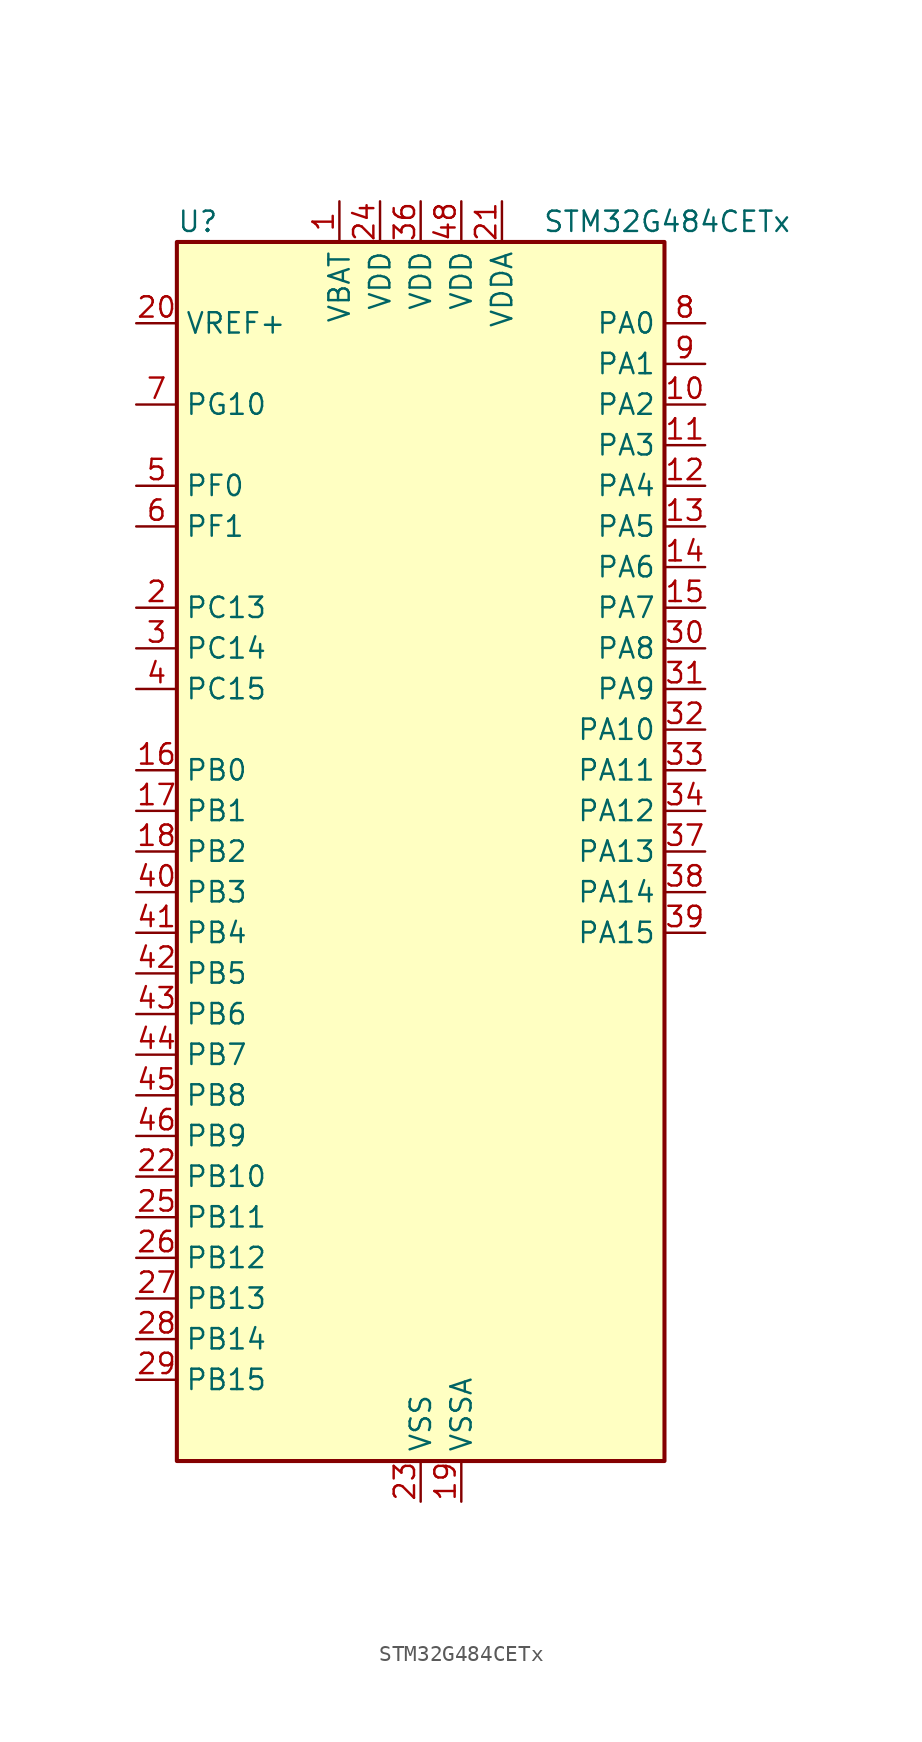
<source format=kicad_sym>
(kicad_symbol_lib
  (version 20241209)
  (generator "kicad_symbol_editor")
  (generator_version "9.0")
  (symbol "STM32G484CETx"
    (property "Reference" "U"
      (at -15.24 39.37 0)
      (effects (font (size 1.27 1.27)) (justify left)))
    (property "Value" "STM32G484CETx"
      (at 7.62 39.37 0)
      (effects (font (size 1.27 1.27)) (justify left)))
    (symbol "STM32G484CETx_0_1"
      (rectangle (start -15.24 -38.1) (end 15.24 38.1) (stroke (width 0.254) (type default)) (fill (type background))))
    (symbol "STM32G484CETx_1_1"
      (pin input line (at -17.78 33.02 0) (length 2.54) (name "VREF+" (effects (font (size 1.27 1.27)))) (number "20" (effects (font (size 1.27 1.27)))) (alternate "VREFBUF_OUT" bidirectional line))
      (pin bidirectional line (at -17.78 27.94 0) (length 2.54) (name "PG10" (effects (font (size 1.27 1.27)))) (number "7" (effects (font (size 1.27 1.27)))) (alternate "DAC1_EXTI10" bidirectional line) (alternate "DAC2_EXTI10" bidirectional line) (alternate "DAC3_EXTI10" bidirectional line) (alternate "DAC4_EXTI10" bidirectional line) (alternate "RCC_MCO" bidirectional line))
      (pin bidirectional line (at -17.78 22.86 0) (length 2.54) (name "PF0" (effects (font (size 1.27 1.27)))) (number "5" (effects (font (size 1.27 1.27)))) (alternate "ADC1_IN10" bidirectional line) (alternate "I2C2_SDA" bidirectional line) (alternate "I2S2_WS" bidirectional line) (alternate "RCC_OSC_IN" bidirectional line) (alternate "SPI2_NSS" bidirectional line) (alternate "TIM1_CH3N" bidirectional line))
      (pin bidirectional line (at -17.78 20.32 0) (length 2.54) (name "PF1" (effects (font (size 1.27 1.27)))) (number "6" (effects (font (size 1.27 1.27)))) (alternate "ADC2_IN10" bidirectional line) (alternate "COMP3_INM" bidirectional line) (alternate "I2S2_CK" bidirectional line) (alternate "RCC_OSC_OUT" bidirectional line) (alternate "SPI2_SCK" bidirectional line))
      (pin bidirectional line (at -17.78 15.24 0) (length 2.54) (name "PC13" (effects (font (size 1.27 1.27)))) (number "2" (effects (font (size 1.27 1.27)))) (alternate "RTC_OUT1" bidirectional line) (alternate "RTC_TAMP1" bidirectional line) (alternate "RTC_TS" bidirectional line) (alternate "SYS_WKUP2" bidirectional line) (alternate "TIM1_BKIN" bidirectional line) (alternate "TIM1_CH1N" bidirectional line) (alternate "TIM8_CH4N" bidirectional line))
      (pin bidirectional line (at -17.78 12.7 0) (length 2.54) (name "PC14" (effects (font (size 1.27 1.27)))) (number "3" (effects (font (size 1.27 1.27)))) (alternate "RCC_OSC32_IN" bidirectional line))
      (pin bidirectional line (at -17.78 10.16 0) (length 2.54) (name "PC15" (effects (font (size 1.27 1.27)))) (number "4" (effects (font (size 1.27 1.27)))) (alternate "ADC1_EXTI15" bidirectional line) (alternate "ADC2_EXTI15" bidirectional line) (alternate "RCC_OSC32_OUT" bidirectional line))
      (pin bidirectional line (at -17.78 5.08 0) (length 2.54) (name "PB0" (effects (font (size 1.27 1.27)))) (number "16" (effects (font (size 1.27 1.27)))) (alternate "ADC1_IN15" bidirectional line) (alternate "ADC3_IN12" bidirectional line) (alternate "COMP4_INP" bidirectional line) (alternate "HRTIM1_FLT5" bidirectional line) (alternate "OPAMP2_VINP" bidirectional line) (alternate "OPAMP2_VINP_SEC" bidirectional line) (alternate "OPAMP3_VINP" bidirectional line) (alternate "OPAMP3_VINP_SEC" bidirectional line) (alternate "QUADSPI1_BK1_IO1" bidirectional line) (alternate "TIM1_CH2N" bidirectional line) (alternate "TIM3_CH3" bidirectional line) (alternate "TIM8_CH2N" bidirectional line) (alternate "UCPD1_FRSTX1" bidirectional line) (alternate "UCPD1_FRSTX2" bidirectional line))
      (pin bidirectional line (at -17.78 2.54 0) (length 2.54) (name "PB1" (effects (font (size 1.27 1.27)))) (number "17" (effects (font (size 1.27 1.27)))) (alternate "ADC1_IN12" bidirectional line) (alternate "ADC3_IN1" bidirectional line) (alternate "COMP1_INP" bidirectional line) (alternate "COMP4_OUT" bidirectional line) (alternate "HRTIM1_SCOUT" bidirectional line) (alternate "LPUART1_DE" bidirectional line) (alternate "LPUART1_RTS" bidirectional line) (alternate "OPAMP3_VOUT" bidirectional line) (alternate "OPAMP6_VINM" bidirectional line) (alternate "OPAMP6_VINM1" bidirectional line) (alternate "OPAMP6_VINM_SEC" bidirectional line) (alternate "QUADSPI1_BK1_IO0" bidirectional line) (alternate "TIM1_CH3N" bidirectional line) (alternate "TIM3_CH4" bidirectional line) (alternate "TIM8_CH3N" bidirectional line))
      (pin bidirectional line (at -17.78 0 0) (length 2.54) (name "PB2" (effects (font (size 1.27 1.27)))) (number "18" (effects (font (size 1.27 1.27)))) (alternate "ADC2_IN12" bidirectional line) (alternate "ADC3_EXTI2" bidirectional line) (alternate "ADC4_EXTI2" bidirectional line) (alternate "ADC5_EXTI2" bidirectional line) (alternate "COMP4_INM" bidirectional line) (alternate "HRTIM1_SCIN" bidirectional line) (alternate "I2C3_SMBA" bidirectional line) (alternate "LPTIM1_OUT" bidirectional line) (alternate "OPAMP3_VINM" bidirectional line) (alternate "OPAMP3_VINM0" bidirectional line) (alternate "OPAMP3_VINM_SEC" bidirectional line) (alternate "QUADSPI1_BK2_IO1" bidirectional line) (alternate "RTC_OUT2" bidirectional line) (alternate "TIM20_CH1" bidirectional line) (alternate "TIM5_CH1" bidirectional line))
      (pin bidirectional line (at -17.78 -2.54 0) (length 2.54) (name "PB3" (effects (font (size 1.27 1.27)))) (number "40" (effects (font (size 1.27 1.27)))) (alternate "ADC3_EXTI3" bidirectional line) (alternate "ADC4_EXTI3" bidirectional line) (alternate "ADC5_EXTI3" bidirectional line) (alternate "CRS_SYNC" bidirectional line) (alternate "FDCAN3_RX" bidirectional line) (alternate "HRTIM1_EEV9" bidirectional line) (alternate "HRTIM1_SCOUT" bidirectional line) (alternate "I2S3_CK" bidirectional line) (alternate "SAI1_SCK_B" bidirectional line) (alternate "SPI1_SCK" bidirectional line) (alternate "SPI3_SCK" bidirectional line) (alternate "SYS_JTDO-SWO" bidirectional line) (alternate "TIM2_CH2" bidirectional line) (alternate "TIM3_ETR" bidirectional line) (alternate "TIM4_ETR" bidirectional line) (alternate "TIM8_CH1N" bidirectional line) (alternate "USART2_TX" bidirectional line))
      (pin bidirectional line (at -17.78 -5.08 0) (length 2.54) (name "PB4" (effects (font (size 1.27 1.27)))) (number "41" (effects (font (size 1.27 1.27)))) (alternate "FDCAN3_TX" bidirectional line) (alternate "HRTIM1_EEV7" bidirectional line) (alternate "SAI1_MCLK_B" bidirectional line) (alternate "SPI1_MISO" bidirectional line) (alternate "SPI3_MISO" bidirectional line) (alternate "SYS_JTRST" bidirectional line) (alternate "TIM16_CH1" bidirectional line) (alternate "TIM17_BKIN" bidirectional line) (alternate "TIM3_CH1" bidirectional line) (alternate "TIM8_CH2N" bidirectional line) (alternate "UCPD1_CC2" bidirectional line) (alternate "USART2_RX" bidirectional line))
      (pin bidirectional line (at -17.78 -7.62 0) (length 2.54) (name "PB5" (effects (font (size 1.27 1.27)))) (number "42" (effects (font (size 1.27 1.27)))) (alternate "FDCAN2_RX" bidirectional line) (alternate "HRTIM1_EEV6" bidirectional line) (alternate "I2C1_SMBA" bidirectional line) (alternate "I2C3_SDA" bidirectional line) (alternate "I2S3_SD" bidirectional line) (alternate "LPTIM1_IN1" bidirectional line) (alternate "SAI1_SD_B" bidirectional line) (alternate "SPI1_MOSI" bidirectional line) (alternate "SPI3_MOSI" bidirectional line) (alternate "TIM16_BKIN" bidirectional line) (alternate "TIM17_CH1" bidirectional line) (alternate "TIM3_CH2" bidirectional line) (alternate "TIM8_CH3N" bidirectional line) (alternate "USART2_CK" bidirectional line))
      (pin bidirectional line (at -17.78 -10.16 0) (length 2.54) (name "PB6" (effects (font (size 1.27 1.27)))) (number "43" (effects (font (size 1.27 1.27)))) (alternate "COMP4_OUT" bidirectional line) (alternate "FDCAN2_TX" bidirectional line) (alternate "HRTIM1_EEV4" bidirectional line) (alternate "HRTIM1_SCIN" bidirectional line) (alternate "LPTIM1_ETR" bidirectional line) (alternate "SAI1_FS_B" bidirectional line) (alternate "TIM16_CH1N" bidirectional line) (alternate "TIM4_CH1" bidirectional line) (alternate "TIM8_BKIN2" bidirectional line) (alternate "TIM8_CH1" bidirectional line) (alternate "TIM8_ETR" bidirectional line) (alternate "UCPD1_CC1" bidirectional line) (alternate "USART1_TX" bidirectional line))
      (pin bidirectional line (at -17.78 -12.7 0) (length 2.54) (name "PB7" (effects (font (size 1.27 1.27)))) (number "44" (effects (font (size 1.27 1.27)))) (alternate "COMP3_OUT" bidirectional line) (alternate "HRTIM1_EEV3" bidirectional line) (alternate "I2C1_SDA" bidirectional line) (alternate "I2C4_SDA" bidirectional line) (alternate "LPTIM1_IN2" bidirectional line) (alternate "SYS_PVD_IN" bidirectional line) (alternate "TIM17_CH1N" bidirectional line) (alternate "TIM3_CH4" bidirectional line) (alternate "TIM4_CH2" bidirectional line) (alternate "TIM8_BKIN" bidirectional line) (alternate "USART1_RX" bidirectional line))
      (pin bidirectional line (at -17.78 -15.24 0) (length 2.54) (name "PB8" (effects (font (size 1.27 1.27)))) (number "45" (effects (font (size 1.27 1.27)))) (alternate "COMP1_OUT" bidirectional line) (alternate "FDCAN1_RX" bidirectional line) (alternate "HRTIM1_EEV8" bidirectional line) (alternate "I2C1_SCL" bidirectional line) (alternate "SAI1_CK1" bidirectional line) (alternate "SAI1_MCLK_A" bidirectional line) (alternate "TIM16_CH1" bidirectional line) (alternate "TIM1_BKIN" bidirectional line) (alternate "TIM4_CH3" bidirectional line) (alternate "TIM8_CH2" bidirectional line) (alternate "USART3_RX" bidirectional line))
      (pin bidirectional line (at -17.78 -17.78 0) (length 2.54) (name "PB9" (effects (font (size 1.27 1.27)))) (number "46" (effects (font (size 1.27 1.27)))) (alternate "COMP2_OUT" bidirectional line) (alternate "DAC1_EXTI9" bidirectional line) (alternate "DAC2_EXTI9" bidirectional line) (alternate "DAC3_EXTI9" bidirectional line) (alternate "DAC4_EXTI9" bidirectional line) (alternate "FDCAN1_TX" bidirectional line) (alternate "HRTIM1_EEV5" bidirectional line) (alternate "I2C1_SDA" bidirectional line) (alternate "IR_OUT" bidirectional line) (alternate "SAI1_D2" bidirectional line) (alternate "SAI1_FS_A" bidirectional line) (alternate "TIM17_CH1" bidirectional line) (alternate "TIM1_CH3N" bidirectional line) (alternate "TIM4_CH4" bidirectional line) (alternate "TIM8_CH3" bidirectional line) (alternate "USART3_TX" bidirectional line))
      (pin bidirectional line (at -17.78 -20.32 0) (length 2.54) (name "PB10" (effects (font (size 1.27 1.27)))) (number "22" (effects (font (size 1.27 1.27)))) (alternate "COMP5_INM" bidirectional line) (alternate "DAC1_EXTI10" bidirectional line) (alternate "DAC2_EXTI10" bidirectional line) (alternate "DAC3_EXTI10" bidirectional line) (alternate "DAC4_EXTI10" bidirectional line) (alternate "HRTIM1_FLT3" bidirectional line) (alternate "LPUART1_RX" bidirectional line) (alternate "OPAMP3_VINM" bidirectional line) (alternate "OPAMP3_VINM1" bidirectional line) (alternate "OPAMP3_VINM_SEC" bidirectional line) (alternate "OPAMP4_VINM" bidirectional line) (alternate "OPAMP4_VINM0" bidirectional line) (alternate "OPAMP4_VINM_SEC" bidirectional line) (alternate "QUADSPI1_CLK" bidirectional line) (alternate "SAI1_SCK_A" bidirectional line) (alternate "TIM1_BKIN" bidirectional line) (alternate "TIM2_CH3" bidirectional line) (alternate "USART3_TX" bidirectional line))
      (pin bidirectional line (at -17.78 -22.86 0) (length 2.54) (name "PB11" (effects (font (size 1.27 1.27)))) (number "25" (effects (font (size 1.27 1.27)))) (alternate "ADC1_EXTI11" bidirectional line) (alternate "ADC1_IN14" bidirectional line) (alternate "ADC2_EXTI11" bidirectional line) (alternate "ADC2_IN14" bidirectional line) (alternate "COMP6_INP" bidirectional line) (alternate "HRTIM1_FLT4" bidirectional line) (alternate "LPUART1_TX" bidirectional line) (alternate "OPAMP4_VINP" bidirectional line) (alternate "OPAMP4_VINP_SEC" bidirectional line) (alternate "OPAMP6_VOUT" bidirectional line) (alternate "QUADSPI1_BK1_NCS" bidirectional line) (alternate "TIM2_CH4" bidirectional line) (alternate "USART3_RX" bidirectional line))
      (pin bidirectional line (at -17.78 -25.4 0) (length 2.54) (name "PB12" (effects (font (size 1.27 1.27)))) (number "26" (effects (font (size 1.27 1.27)))) (alternate "ADC1_IN11" bidirectional line) (alternate "ADC4_IN3" bidirectional line) (alternate "COMP7_INM" bidirectional line) (alternate "FDCAN2_RX" bidirectional line) (alternate "HRTIM1_CHC1" bidirectional line) (alternate "I2C2_SMBA" bidirectional line) (alternate "I2S2_WS" bidirectional line) (alternate "LPUART1_DE" bidirectional line) (alternate "LPUART1_RTS" bidirectional line) (alternate "OPAMP4_VOUT" bidirectional line) (alternate "OPAMP6_VINP" bidirectional line) (alternate "OPAMP6_VINP_SEC" bidirectional line) (alternate "SPI2_NSS" bidirectional line) (alternate "TIM1_BKIN" bidirectional line) (alternate "TIM5_ETR" bidirectional line) (alternate "USART3_CK" bidirectional line))
      (pin bidirectional line (at -17.78 -27.94 0) (length 2.54) (name "PB13" (effects (font (size 1.27 1.27)))) (number "27" (effects (font (size 1.27 1.27)))) (alternate "ADC3_IN5" bidirectional line) (alternate "COMP5_INP" bidirectional line) (alternate "FDCAN2_TX" bidirectional line) (alternate "HRTIM1_CHC2" bidirectional line) (alternate "I2S2_CK" bidirectional line) (alternate "LPUART1_CTS" bidirectional line) (alternate "OPAMP3_VINP" bidirectional line) (alternate "OPAMP3_VINP_SEC" bidirectional line) (alternate "OPAMP4_VINP" bidirectional line) (alternate "OPAMP4_VINP_SEC" bidirectional line) (alternate "OPAMP6_VINP" bidirectional line) (alternate "OPAMP6_VINP_SEC" bidirectional line) (alternate "SPI2_SCK" bidirectional line) (alternate "TIM1_CH1N" bidirectional line) (alternate "USART3_CTS" bidirectional line) (alternate "USART3_NSS" bidirectional line))
      (pin bidirectional line (at -17.78 -30.48 0) (length 2.54) (name "PB14" (effects (font (size 1.27 1.27)))) (number "28" (effects (font (size 1.27 1.27)))) (alternate "ADC1_IN5" bidirectional line) (alternate "ADC4_IN4" bidirectional line) (alternate "COMP4_OUT" bidirectional line) (alternate "COMP7_INP" bidirectional line) (alternate "HRTIM1_CHD1" bidirectional line) (alternate "OPAMP2_VINP" bidirectional line) (alternate "OPAMP2_VINP_SEC" bidirectional line) (alternate "OPAMP5_VINP" bidirectional line) (alternate "OPAMP5_VINP_SEC" bidirectional line) (alternate "SPI2_MISO" bidirectional line) (alternate "TIM15_CH1" bidirectional line) (alternate "TIM1_CH2N" bidirectional line) (alternate "USART3_DE" bidirectional line) (alternate "USART3_RTS" bidirectional line))
      (pin bidirectional line (at -17.78 -33.02 0) (length 2.54) (name "PB15" (effects (font (size 1.27 1.27)))) (number "29" (effects (font (size 1.27 1.27)))) (alternate "ADC1_EXTI15" bidirectional line) (alternate "ADC2_EXTI15" bidirectional line) (alternate "ADC2_IN15" bidirectional line) (alternate "ADC4_IN5" bidirectional line) (alternate "COMP3_OUT" bidirectional line) (alternate "COMP6_INM" bidirectional line) (alternate "HRTIM1_CHD2" bidirectional line) (alternate "I2S2_SD" bidirectional line) (alternate "OPAMP5_VINM" bidirectional line) (alternate "OPAMP5_VINM0" bidirectional line) (alternate "OPAMP5_VINM_SEC" bidirectional line) (alternate "RTC_REFIN" bidirectional line) (alternate "SPI2_MOSI" bidirectional line) (alternate "TIM15_CH1N" bidirectional line) (alternate "TIM15_CH2" bidirectional line) (alternate "TIM1_CH3N" bidirectional line))
      (pin power_in line (at -5.08 40.64 270) (length 2.54) (name "VBAT" (effects (font (size 1.27 1.27)))) (number "1" (effects (font (size 1.27 1.27)))))
      (pin power_in line (at -2.54 40.64 270) (length 2.54) (name "VDD" (effects (font (size 1.27 1.27)))) (number "24" (effects (font (size 1.27 1.27)))))
      (pin power_in line (at 0 40.64 270) (length 2.54) (name "VDD" (effects (font (size 1.27 1.27)))) (number "36" (effects (font (size 1.27 1.27)))))
      (pin power_in line (at 0 -40.64 90) (length 2.54) (name "VSS" (effects (font (size 1.27 1.27)))) (number "23" (effects (font (size 1.27 1.27)))))
      (pin passive line (at 0 -40.64 90) (length 2.54) (hide yes) (name "VSS" (effects (font (size 1.27 1.27)))) (number "35" (effects (font (size 1.27 1.27)))))
      (pin passive line (at 0 -40.64 90) (length 2.54) (hide yes) (name "VSS" (effects (font (size 1.27 1.27)))) (number "47" (effects (font (size 1.27 1.27)))))
      (pin power_in line (at 2.54 40.64 270) (length 2.54) (name "VDD" (effects (font (size 1.27 1.27)))) (number "48" (effects (font (size 1.27 1.27)))))
      (pin power_in line (at 2.54 -40.64 90) (length 2.54) (name "VSSA" (effects (font (size 1.27 1.27)))) (number "19" (effects (font (size 1.27 1.27)))))
      (pin power_in line (at 5.08 40.64 270) (length 2.54) (name "VDDA" (effects (font (size 1.27 1.27)))) (number "21" (effects (font (size 1.27 1.27)))))
      (pin bidirectional line (at 17.78 33.02 180) (length 2.54) (name "PA0" (effects (font (size 1.27 1.27)))) (number "8" (effects (font (size 1.27 1.27)))) (alternate "ADC1_IN1" bidirectional line) (alternate "ADC2_IN1" bidirectional line) (alternate "COMP1_INM" bidirectional line) (alternate "COMP1_OUT" bidirectional line) (alternate "COMP3_INP" bidirectional line) (alternate "RTC_TAMP2" bidirectional line) (alternate "SYS_WKUP1" bidirectional line) (alternate "TIM2_CH1" bidirectional line) (alternate "TIM2_ETR" bidirectional line) (alternate "TIM5_CH1" bidirectional line) (alternate "TIM8_BKIN" bidirectional line) (alternate "TIM8_ETR" bidirectional line) (alternate "USART2_CTS" bidirectional line) (alternate "USART2_NSS" bidirectional line))
      (pin bidirectional line (at 17.78 30.48 180) (length 2.54) (name "PA1" (effects (font (size 1.27 1.27)))) (number "9" (effects (font (size 1.27 1.27)))) (alternate "ADC1_IN2" bidirectional line) (alternate "ADC2_IN2" bidirectional line) (alternate "COMP1_INP" bidirectional line) (alternate "OPAMP1_VINP" bidirectional line) (alternate "OPAMP1_VINP_SEC" bidirectional line) (alternate "OPAMP3_VINP" bidirectional line) (alternate "OPAMP3_VINP_SEC" bidirectional line) (alternate "OPAMP6_VINM" bidirectional line) (alternate "OPAMP6_VINM0" bidirectional line) (alternate "OPAMP6_VINM_SEC" bidirectional line) (alternate "RTC_REFIN" bidirectional line) (alternate "TIM15_CH1N" bidirectional line) (alternate "TIM2_CH2" bidirectional line) (alternate "TIM5_CH2" bidirectional line) (alternate "USART2_DE" bidirectional line) (alternate "USART2_RTS" bidirectional line))
      (pin bidirectional line (at 17.78 27.94 180) (length 2.54) (name "PA2" (effects (font (size 1.27 1.27)))) (number "10" (effects (font (size 1.27 1.27)))) (alternate "ADC1_IN3" bidirectional line) (alternate "ADC3_EXTI2" bidirectional line) (alternate "ADC4_EXTI2" bidirectional line) (alternate "ADC5_EXTI2" bidirectional line) (alternate "COMP2_INM" bidirectional line) (alternate "COMP2_OUT" bidirectional line) (alternate "LPUART1_TX" bidirectional line) (alternate "OPAMP1_VOUT" bidirectional line) (alternate "QUADSPI1_BK1_NCS" bidirectional line) (alternate "RCC_LSCO" bidirectional line) (alternate "SYS_WKUP4" bidirectional line) (alternate "TIM15_CH1" bidirectional line) (alternate "TIM2_CH3" bidirectional line) (alternate "TIM5_CH3" bidirectional line) (alternate "UCPD1_FRSTX1" bidirectional line) (alternate "UCPD1_FRSTX2" bidirectional line) (alternate "USART2_TX" bidirectional line))
      (pin bidirectional line (at 17.78 25.4 180) (length 2.54) (name "PA3" (effects (font (size 1.27 1.27)))) (number "11" (effects (font (size 1.27 1.27)))) (alternate "ADC1_IN4" bidirectional line) (alternate "ADC3_EXTI3" bidirectional line) (alternate "ADC4_EXTI3" bidirectional line) (alternate "ADC5_EXTI3" bidirectional line) (alternate "COMP2_INP" bidirectional line) (alternate "LPUART1_RX" bidirectional line) (alternate "OPAMP1_VINM" bidirectional line) (alternate "OPAMP1_VINM0" bidirectional line) (alternate "OPAMP1_VINM_SEC" bidirectional line) (alternate "OPAMP1_VINP" bidirectional line) (alternate "OPAMP1_VINP_SEC" bidirectional line) (alternate "OPAMP5_VINM" bidirectional line) (alternate "OPAMP5_VINM1" bidirectional line) (alternate "OPAMP5_VINM_SEC" bidirectional line) (alternate "QUADSPI1_CLK" bidirectional line) (alternate "SAI1_CK1" bidirectional line) (alternate "SAI1_MCLK_A" bidirectional line) (alternate "TIM15_CH2" bidirectional line) (alternate "TIM2_CH4" bidirectional line) (alternate "TIM5_CH4" bidirectional line) (alternate "USART2_RX" bidirectional line))
      (pin bidirectional line (at 17.78 22.86 180) (length 2.54) (name "PA4" (effects (font (size 1.27 1.27)))) (number "12" (effects (font (size 1.27 1.27)))) (alternate "ADC2_IN17" bidirectional line) (alternate "COMP1_INM" bidirectional line) (alternate "DAC1_OUT1" bidirectional line) (alternate "I2S3_WS" bidirectional line) (alternate "SAI1_FS_B" bidirectional line) (alternate "SPI1_NSS" bidirectional line) (alternate "SPI3_NSS" bidirectional line) (alternate "TIM3_CH2" bidirectional line) (alternate "USART2_CK" bidirectional line))
      (pin bidirectional line (at 17.78 20.32 180) (length 2.54) (name "PA5" (effects (font (size 1.27 1.27)))) (number "13" (effects (font (size 1.27 1.27)))) (alternate "ADC2_IN13" bidirectional line) (alternate "COMP2_INM" bidirectional line) (alternate "DAC1_OUT2" bidirectional line) (alternate "OPAMP2_VINM" bidirectional line) (alternate "OPAMP2_VINM0" bidirectional line) (alternate "OPAMP2_VINM_SEC" bidirectional line) (alternate "SPI1_SCK" bidirectional line) (alternate "TIM2_CH1" bidirectional line) (alternate "TIM2_ETR" bidirectional line) (alternate "UCPD1_FRSTX1" bidirectional line) (alternate "UCPD1_FRSTX2" bidirectional line))
      (pin bidirectional line (at 17.78 17.78 180) (length 2.54) (name "PA6" (effects (font (size 1.27 1.27)))) (number "14" (effects (font (size 1.27 1.27)))) (alternate "ADC2_IN3" bidirectional line) (alternate "COMP1_OUT" bidirectional line) (alternate "DAC2_OUT1" bidirectional line) (alternate "LPUART1_CTS" bidirectional line) (alternate "OPAMP2_VOUT" bidirectional line) (alternate "QUADSPI1_BK1_IO3" bidirectional line) (alternate "SPI1_MISO" bidirectional line) (alternate "TIM16_CH1" bidirectional line) (alternate "TIM1_BKIN" bidirectional line) (alternate "TIM3_CH1" bidirectional line) (alternate "TIM8_BKIN" bidirectional line))
      (pin bidirectional line (at 17.78 15.24 180) (length 2.54) (name "PA7" (effects (font (size 1.27 1.27)))) (number "15" (effects (font (size 1.27 1.27)))) (alternate "ADC2_IN4" bidirectional line) (alternate "COMP2_INP" bidirectional line) (alternate "COMP2_OUT" bidirectional line) (alternate "OPAMP1_VINP" bidirectional line) (alternate "OPAMP1_VINP_SEC" bidirectional line) (alternate "OPAMP2_VINP" bidirectional line) (alternate "OPAMP2_VINP_SEC" bidirectional line) (alternate "QUADSPI1_BK1_IO2" bidirectional line) (alternate "SPI1_MOSI" bidirectional line) (alternate "TIM17_CH1" bidirectional line) (alternate "TIM1_CH1N" bidirectional line) (alternate "TIM3_CH2" bidirectional line) (alternate "TIM8_CH1N" bidirectional line) (alternate "UCPD1_FRSTX1" bidirectional line) (alternate "UCPD1_FRSTX2" bidirectional line))
      (pin bidirectional line (at 17.78 12.7 180) (length 2.54) (name "PA8" (effects (font (size 1.27 1.27)))) (number "30" (effects (font (size 1.27 1.27)))) (alternate "ADC5_IN1" bidirectional line) (alternate "COMP7_OUT" bidirectional line) (alternate "FDCAN3_RX" bidirectional line) (alternate "HRTIM1_CHA1" bidirectional line) (alternate "I2C2_SDA" bidirectional line) (alternate "I2C3_SCL" bidirectional line) (alternate "I2S2_MCK" bidirectional line) (alternate "OPAMP5_VOUT" bidirectional line) (alternate "RCC_MCO" bidirectional line) (alternate "SAI1_CK2" bidirectional line) (alternate "SAI1_SCK_A" bidirectional line) (alternate "TIM1_CH1" bidirectional line) (alternate "TIM4_ETR" bidirectional line) (alternate "USART1_CK" bidirectional line))
      (pin bidirectional line (at 17.78 10.16 180) (length 2.54) (name "PA9" (effects (font (size 1.27 1.27)))) (number "31" (effects (font (size 1.27 1.27)))) (alternate "ADC5_IN2" bidirectional line) (alternate "COMP5_OUT" bidirectional line) (alternate "DAC1_EXTI9" bidirectional line) (alternate "DAC2_EXTI9" bidirectional line) (alternate "DAC3_EXTI9" bidirectional line) (alternate "DAC4_EXTI9" bidirectional line) (alternate "HRTIM1_CHA2" bidirectional line) (alternate "I2C2_SCL" bidirectional line) (alternate "I2C3_SMBA" bidirectional line) (alternate "I2S3_MCK" bidirectional line) (alternate "SAI1_FS_A" bidirectional line) (alternate "TIM15_BKIN" bidirectional line) (alternate "TIM1_CH2" bidirectional line) (alternate "TIM2_CH3" bidirectional line) (alternate "UCPD1_DBCC1" bidirectional line) (alternate "USART1_TX" bidirectional line))
      (pin bidirectional line (at 17.78 7.62 180) (length 2.54) (name "PA10" (effects (font (size 1.27 1.27)))) (number "32" (effects (font (size 1.27 1.27)))) (alternate "COMP6_OUT" bidirectional line) (alternate "CRS_SYNC" bidirectional line) (alternate "DAC1_EXTI10" bidirectional line) (alternate "DAC2_EXTI10" bidirectional line) (alternate "DAC3_EXTI10" bidirectional line) (alternate "DAC4_EXTI10" bidirectional line) (alternate "HRTIM1_CHB1" bidirectional line) (alternate "I2C2_SMBA" bidirectional line) (alternate "SAI1_D1" bidirectional line) (alternate "SAI1_SD_A" bidirectional line) (alternate "SPI2_MISO" bidirectional line) (alternate "TIM17_BKIN" bidirectional line) (alternate "TIM1_CH3" bidirectional line) (alternate "TIM2_CH4" bidirectional line) (alternate "TIM8_BKIN" bidirectional line) (alternate "UCPD1_DBCC2" bidirectional line) (alternate "USART1_RX" bidirectional line))
      (pin bidirectional line (at 17.78 5.08 180) (length 2.54) (name "PA11" (effects (font (size 1.27 1.27)))) (number "33" (effects (font (size 1.27 1.27)))) (alternate "ADC1_EXTI11" bidirectional line) (alternate "ADC2_EXTI11" bidirectional line) (alternate "COMP1_OUT" bidirectional line) (alternate "FDCAN1_RX" bidirectional line) (alternate "HRTIM1_CHB2" bidirectional line) (alternate "I2S2_SD" bidirectional line) (alternate "SPI2_MOSI" bidirectional line) (alternate "TIM1_BKIN2" bidirectional line) (alternate "TIM1_CH1N" bidirectional line) (alternate "TIM1_CH4" bidirectional line) (alternate "TIM4_CH1" bidirectional line) (alternate "USART1_CTS" bidirectional line) (alternate "USART1_NSS" bidirectional line) (alternate "USB_DM" bidirectional line))
      (pin bidirectional line (at 17.78 2.54 180) (length 2.54) (name "PA12" (effects (font (size 1.27 1.27)))) (number "34" (effects (font (size 1.27 1.27)))) (alternate "COMP2_OUT" bidirectional line) (alternate "FDCAN1_TX" bidirectional line) (alternate "HRTIM1_FLT1" bidirectional line) (alternate "I2S_CKIN" bidirectional line) (alternate "TIM16_CH1" bidirectional line) (alternate "TIM1_CH2N" bidirectional line) (alternate "TIM1_ETR" bidirectional line) (alternate "TIM4_CH2" bidirectional line) (alternate "USART1_DE" bidirectional line) (alternate "USART1_RTS" bidirectional line) (alternate "USB_DP" bidirectional line))
      (pin bidirectional line (at 17.78 0 180) (length 2.54) (name "PA13" (effects (font (size 1.27 1.27)))) (number "37" (effects (font (size 1.27 1.27)))) (alternate "I2C1_SCL" bidirectional line) (alternate "I2C4_SCL" bidirectional line) (alternate "IR_OUT" bidirectional line) (alternate "SAI1_SD_B" bidirectional line) (alternate "SYS_JTMS-SWDIO" bidirectional line) (alternate "TIM16_CH1N" bidirectional line) (alternate "TIM4_CH3" bidirectional line) (alternate "USART3_CTS" bidirectional line) (alternate "USART3_NSS" bidirectional line))
      (pin bidirectional line (at 17.78 -2.54 180) (length 2.54) (name "PA14" (effects (font (size 1.27 1.27)))) (number "38" (effects (font (size 1.27 1.27)))) (alternate "I2C1_SDA" bidirectional line) (alternate "I2C4_SMBA" bidirectional line) (alternate "LPTIM1_OUT" bidirectional line) (alternate "SAI1_FS_B" bidirectional line) (alternate "SYS_JTCK-SWCLK" bidirectional line) (alternate "TIM1_BKIN" bidirectional line) (alternate "TIM8_CH2" bidirectional line) (alternate "USART2_TX" bidirectional line))
      (pin bidirectional line (at 17.78 -5.08 180) (length 2.54) (name "PA15" (effects (font (size 1.27 1.27)))) (number "39" (effects (font (size 1.27 1.27)))) (alternate "ADC1_EXTI15" bidirectional line) (alternate "ADC2_EXTI15" bidirectional line) (alternate "FDCAN3_TX" bidirectional line) (alternate "HRTIM1_FLT2" bidirectional line) (alternate "I2C1_SCL" bidirectional line) (alternate "I2S3_WS" bidirectional line) (alternate "SPI1_NSS" bidirectional line) (alternate "SPI3_NSS" bidirectional line) (alternate "SYS_JTDI" bidirectional line) (alternate "TIM1_BKIN" bidirectional line) (alternate "TIM2_CH1" bidirectional line) (alternate "TIM2_ETR" bidirectional line) (alternate "TIM8_CH1" bidirectional line) (alternate "USART2_RX" bidirectional line)))))
</source>
